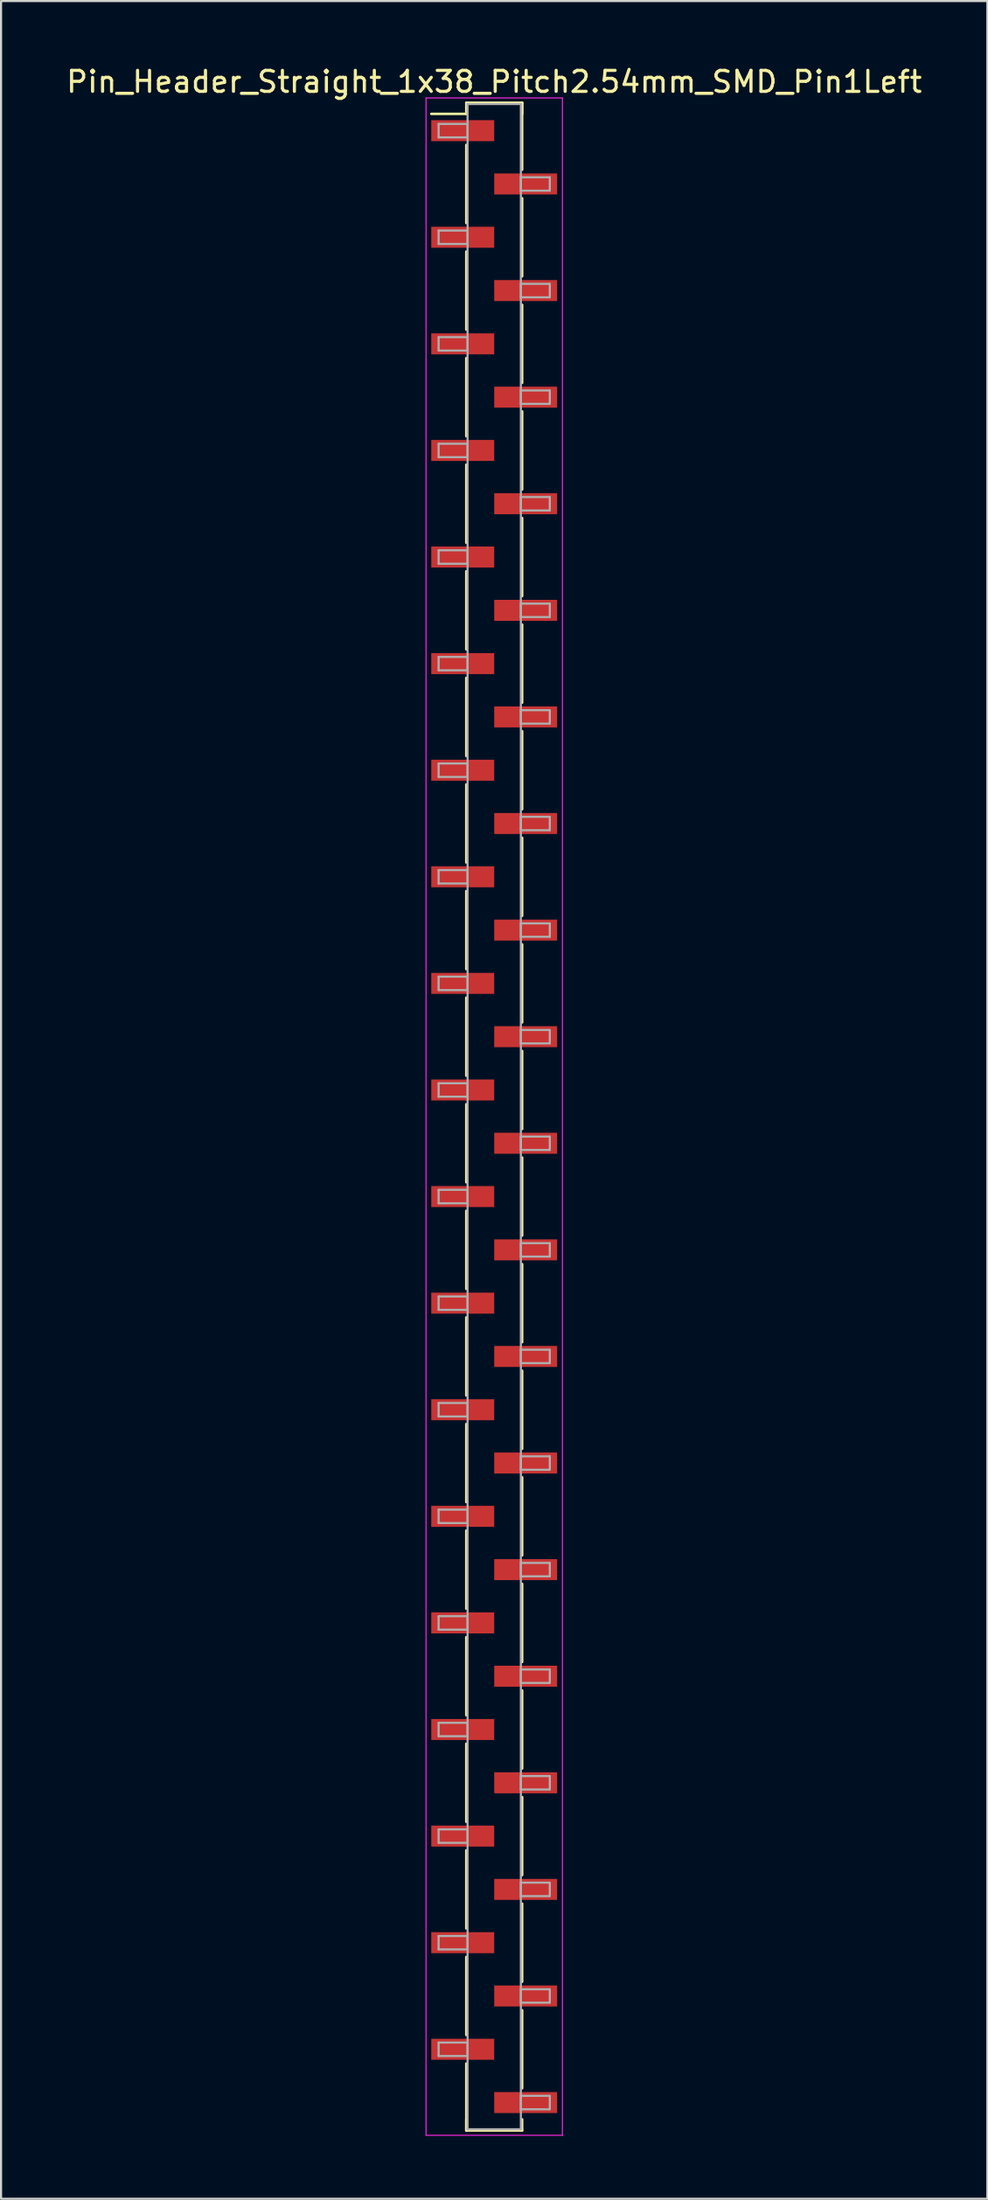
<source format=kicad_pcb>
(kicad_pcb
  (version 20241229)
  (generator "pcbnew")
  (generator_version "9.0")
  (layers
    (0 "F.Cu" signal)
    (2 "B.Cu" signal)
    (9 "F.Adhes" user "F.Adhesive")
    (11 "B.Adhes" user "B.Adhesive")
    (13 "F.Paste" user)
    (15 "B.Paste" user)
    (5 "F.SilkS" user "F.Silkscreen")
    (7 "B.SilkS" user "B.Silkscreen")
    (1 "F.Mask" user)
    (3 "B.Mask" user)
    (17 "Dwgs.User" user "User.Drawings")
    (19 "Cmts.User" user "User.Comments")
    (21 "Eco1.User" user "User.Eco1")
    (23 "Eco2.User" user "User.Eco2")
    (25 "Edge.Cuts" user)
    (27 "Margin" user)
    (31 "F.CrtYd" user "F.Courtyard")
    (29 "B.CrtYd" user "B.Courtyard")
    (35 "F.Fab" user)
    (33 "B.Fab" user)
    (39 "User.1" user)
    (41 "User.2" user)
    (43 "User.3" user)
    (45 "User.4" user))
  (footprint "Pin_Header_Straight_1x38_Pitch2.54mm_SMD_Pin1Left"
    (layer "F.Cu")
    (at 20.506 50.168)
    (property "Reference" "Pin_Header_Straight_1x38_Pitch2.54mm_SMD_Pin1Left" (at 0 -49.32 0) (layer "F.SilkS") (effects (font (size 1 1) (thickness 0.15))))
    (attr smd)
    (fp_line (start -1.33 -48.32) (end 1.33 -48.32) (stroke (width 0.12) (type solid)) (layer "F.SilkS"))
    (fp_line (start -1.33 -47.79) (end -3 -47.79) (stroke (width 0.12) (type solid)) (layer "F.SilkS"))
    (fp_line (start -1.33 -47.79) (end -1.33 -48.32) (stroke (width 0.12) (type solid)) (layer "F.SilkS"))
    (fp_line (start -1.33 -46.31) (end -1.33 -42.59) (stroke (width 0.12) (type solid)) (layer "F.SilkS"))
    (fp_line (start -1.33 -41.23) (end -1.33 -37.51) (stroke (width 0.12) (type solid)) (layer "F.SilkS"))
    (fp_line (start -1.33 -36.15) (end -1.33 -32.43) (stroke (width 0.12) (type solid)) (layer "F.SilkS"))
    (fp_line (start -1.33 -31.07) (end -1.33 -27.35) (stroke (width 0.12) (type solid)) (layer "F.SilkS"))
    (fp_line (start -1.33 -25.99) (end -1.33 -22.27) (stroke (width 0.12) (type solid)) (layer "F.SilkS"))
    (fp_line (start -1.33 -20.91) (end -1.33 -17.19) (stroke (width 0.12) (type solid)) (layer "F.SilkS"))
    (fp_line (start -1.33 -15.83) (end -1.33 -12.11) (stroke (width 0.12) (type solid)) (layer "F.SilkS"))
    (fp_line (start -1.33 -10.75) (end -1.33 -7.03) (stroke (width 0.12) (type solid)) (layer "F.SilkS"))
    (fp_line (start -1.33 -5.67) (end -1.33 -1.95) (stroke (width 0.12) (type solid)) (layer "F.SilkS"))
    (fp_line (start -1.33 -0.59) (end -1.33 3.13) (stroke (width 0.12) (type solid)) (layer "F.SilkS"))
    (fp_line (start -1.33 4.49) (end -1.33 8.21) (stroke (width 0.12) (type solid)) (layer "F.SilkS"))
    (fp_line (start -1.33 9.57) (end -1.33 13.29) (stroke (width 0.12) (type solid)) (layer "F.SilkS"))
    (fp_line (start -1.33 14.65) (end -1.33 18.37) (stroke (width 0.12) (type solid)) (layer "F.SilkS"))
    (fp_line (start -1.33 19.73) (end -1.33 23.45) (stroke (width 0.12) (type solid)) (layer "F.SilkS"))
    (fp_line (start -1.33 24.81) (end -1.33 28.53) (stroke (width 0.12) (type solid)) (layer "F.SilkS"))
    (fp_line (start -1.33 29.89) (end -1.33 33.61) (stroke (width 0.12) (type solid)) (layer "F.SilkS"))
    (fp_line (start -1.33 34.97) (end -1.33 38.69) (stroke (width 0.12) (type solid)) (layer "F.SilkS"))
    (fp_line (start -1.33 40.05) (end -1.33 43.77) (stroke (width 0.12) (type solid)) (layer "F.SilkS"))
    (fp_line (start -1.33 45.13) (end -1.33 48.32) (stroke (width 0.12) (type solid)) (layer "F.SilkS"))
    (fp_line (start -1.33 47.79) (end -1.33 48.32) (stroke (width 0.12) (type solid)) (layer "F.SilkS"))
    (fp_line (start -1.33 48.32) (end 1.33 48.32) (stroke (width 0.12) (type solid)) (layer "F.SilkS"))
    (fp_line (start 1.33 -48.32) (end 1.33 -47.79) (stroke (width 0.12) (type solid)) (layer "F.SilkS"))
    (fp_line (start 1.33 -48.32) (end 1.33 -45.13) (stroke (width 0.12) (type solid)) (layer "F.SilkS"))
    (fp_line (start 1.33 -43.77) (end 1.33 -40.05) (stroke (width 0.12) (type solid)) (layer "F.SilkS"))
    (fp_line (start 1.33 -38.69) (end 1.33 -34.97) (stroke (width 0.12) (type solid)) (layer "F.SilkS"))
    (fp_line (start 1.33 -33.61) (end 1.33 -29.89) (stroke (width 0.12) (type solid)) (layer "F.SilkS"))
    (fp_line (start 1.33 -28.53) (end 1.33 -24.81) (stroke (width 0.12) (type solid)) (layer "F.SilkS"))
    (fp_line (start 1.33 -23.45) (end 1.33 -19.73) (stroke (width 0.12) (type solid)) (layer "F.SilkS"))
    (fp_line (start 1.33 -18.37) (end 1.33 -14.65) (stroke (width 0.12) (type solid)) (layer "F.SilkS"))
    (fp_line (start 1.33 -13.29) (end 1.33 -9.57) (stroke (width 0.12) (type solid)) (layer "F.SilkS"))
    (fp_line (start 1.33 -8.21) (end 1.33 -4.49) (stroke (width 0.12) (type solid)) (layer "F.SilkS"))
    (fp_line (start 1.33 -3.13) (end 1.33 0.59) (stroke (width 0.12) (type solid)) (layer "F.SilkS"))
    (fp_line (start 1.33 1.95) (end 1.33 5.67) (stroke (width 0.12) (type solid)) (layer "F.SilkS"))
    (fp_line (start 1.33 7.03) (end 1.33 10.75) (stroke (width 0.12) (type solid)) (layer "F.SilkS"))
    (fp_line (start 1.33 12.11) (end 1.33 15.83) (stroke (width 0.12) (type solid)) (layer "F.SilkS"))
    (fp_line (start 1.33 17.19) (end 1.33 20.91) (stroke (width 0.12) (type solid)) (layer "F.SilkS"))
    (fp_line (start 1.33 22.27) (end 1.33 25.99) (stroke (width 0.12) (type solid)) (layer "F.SilkS"))
    (fp_line (start 1.33 27.35) (end 1.33 31.07) (stroke (width 0.12) (type solid)) (layer "F.SilkS"))
    (fp_line (start 1.33 32.43) (end 1.33 36.15) (stroke (width 0.12) (type solid)) (layer "F.SilkS"))
    (fp_line (start 1.33 37.51) (end 1.33 41.23) (stroke (width 0.12) (type solid)) (layer "F.SilkS"))
    (fp_line (start 1.33 42.59) (end 1.33 46.31) (stroke (width 0.12) (type solid)) (layer "F.SilkS"))
    (fp_line (start 1.33 48.32) (end 1.33 47.79) (stroke (width 0.12) (type solid)) (layer "F.SilkS"))
    (fp_line (start -3.25 -48.55) (end -3.25 48.55) (stroke (width 0.05) (type solid)) (layer "F.CrtYd"))
    (fp_line (start -3.25 48.55) (end 3.25 48.55) (stroke (width 0.05) (type solid)) (layer "F.CrtYd"))
    (fp_line (start 3.25 -48.55) (end -3.25 -48.55) (stroke (width 0.05) (type solid)) (layer "F.CrtYd"))
    (fp_line (start 3.25 48.55) (end 3.25 -48.55) (stroke (width 0.05) (type solid)) (layer "F.CrtYd"))
    (fp_line (start -2.65 -47.31) (end -1.27 -47.31) (stroke (width 0.1) (type solid)) (layer "F.Fab"))
    (fp_line (start -2.65 -46.67) (end -2.65 -47.31) (stroke (width 0.1) (type solid)) (layer "F.Fab"))
    (fp_line (start -2.65 -42.23) (end -1.27 -42.23) (stroke (width 0.1) (type solid)) (layer "F.Fab"))
    (fp_line (start -2.65 -41.59) (end -2.65 -42.23) (stroke (width 0.1) (type solid)) (layer "F.Fab"))
    (fp_line (start -2.65 -37.15) (end -1.27 -37.15) (stroke (width 0.1) (type solid)) (layer "F.Fab"))
    (fp_line (start -2.65 -36.51) (end -2.65 -37.15) (stroke (width 0.1) (type solid)) (layer "F.Fab"))
    (fp_line (start -2.65 -32.07) (end -1.27 -32.07) (stroke (width 0.1) (type solid)) (layer "F.Fab"))
    (fp_line (start -2.65 -31.43) (end -2.65 -32.07) (stroke (width 0.1) (type solid)) (layer "F.Fab"))
    (fp_line (start -2.65 -26.99) (end -1.27 -26.99) (stroke (width 0.1) (type solid)) (layer "F.Fab"))
    (fp_line (start -2.65 -26.35) (end -2.65 -26.99) (stroke (width 0.1) (type solid)) (layer "F.Fab"))
    (fp_line (start -2.65 -21.91) (end -1.27 -21.91) (stroke (width 0.1) (type solid)) (layer "F.Fab"))
    (fp_line (start -2.65 -21.27) (end -2.65 -21.91) (stroke (width 0.1) (type solid)) (layer "F.Fab"))
    (fp_line (start -2.65 -16.83) (end -1.27 -16.83) (stroke (width 0.1) (type solid)) (layer "F.Fab"))
    (fp_line (start -2.65 -16.19) (end -2.65 -16.83) (stroke (width 0.1) (type solid)) (layer "F.Fab"))
    (fp_line (start -2.65 -11.75) (end -1.27 -11.75) (stroke (width 0.1) (type solid)) (layer "F.Fab"))
    (fp_line (start -2.65 -11.11) (end -2.65 -11.75) (stroke (width 0.1) (type solid)) (layer "F.Fab"))
    (fp_line (start -2.65 -6.67) (end -1.27 -6.67) (stroke (width 0.1) (type solid)) (layer "F.Fab"))
    (fp_line (start -2.65 -6.03) (end -2.65 -6.67) (stroke (width 0.1) (type solid)) (layer "F.Fab"))
    (fp_line (start -2.65 -1.59) (end -1.27 -1.59) (stroke (width 0.1) (type solid)) (layer "F.Fab"))
    (fp_line (start -2.65 -0.95) (end -2.65 -1.59) (stroke (width 0.1) (type solid)) (layer "F.Fab"))
    (fp_line (start -2.65 3.49) (end -1.27 3.49) (stroke (width 0.1) (type solid)) (layer "F.Fab"))
    (fp_line (start -2.65 4.13) (end -2.65 3.49) (stroke (width 0.1) (type solid)) (layer "F.Fab"))
    (fp_line (start -2.65 8.57) (end -1.27 8.57) (stroke (width 0.1) (type solid)) (layer "F.Fab"))
    (fp_line (start -2.65 9.21) (end -2.65 8.57) (stroke (width 0.1) (type solid)) (layer "F.Fab"))
    (fp_line (start -2.65 13.65) (end -1.27 13.65) (stroke (width 0.1) (type solid)) (layer "F.Fab"))
    (fp_line (start -2.65 14.29) (end -2.65 13.65) (stroke (width 0.1) (type solid)) (layer "F.Fab"))
    (fp_line (start -2.65 18.73) (end -1.27 18.73) (stroke (width 0.1) (type solid)) (layer "F.Fab"))
    (fp_line (start -2.65 19.37) (end -2.65 18.73) (stroke (width 0.1) (type solid)) (layer "F.Fab"))
    (fp_line (start -2.65 23.81) (end -1.27 23.81) (stroke (width 0.1) (type solid)) (layer "F.Fab"))
    (fp_line (start -2.65 24.45) (end -2.65 23.81) (stroke (width 0.1) (type solid)) (layer "F.Fab"))
    (fp_line (start -2.65 28.89) (end -1.27 28.89) (stroke (width 0.1) (type solid)) (layer "F.Fab"))
    (fp_line (start -2.65 29.53) (end -2.65 28.89) (stroke (width 0.1) (type solid)) (layer "F.Fab"))
    (fp_line (start -2.65 33.97) (end -1.27 33.97) (stroke (width 0.1) (type solid)) (layer "F.Fab"))
    (fp_line (start -2.65 34.61) (end -2.65 33.97) (stroke (width 0.1) (type solid)) (layer "F.Fab"))
    (fp_line (start -2.65 39.05) (end -1.27 39.05) (stroke (width 0.1) (type solid)) (layer "F.Fab"))
    (fp_line (start -2.65 39.69) (end -2.65 39.05) (stroke (width 0.1) (type solid)) (layer "F.Fab"))
    (fp_line (start -2.65 44.13) (end -1.27 44.13) (stroke (width 0.1) (type solid)) (layer "F.Fab"))
    (fp_line (start -2.65 44.77) (end -2.65 44.13) (stroke (width 0.1) (type solid)) (layer "F.Fab"))
    (fp_line (start -1.27 -48.26) (end -1.27 48.26) (stroke (width 0.1) (type solid)) (layer "F.Fab"))
    (fp_line (start -1.27 -47.31) (end -1.27 -46.67) (stroke (width 0.1) (type solid)) (layer "F.Fab"))
    (fp_line (start -1.27 -46.67) (end -2.65 -46.67) (stroke (width 0.1) (type solid)) (layer "F.Fab"))
    (fp_line (start -1.27 -42.23) (end -1.27 -41.59) (stroke (width 0.1) (type solid)) (layer "F.Fab"))
    (fp_line (start -1.27 -41.59) (end -2.65 -41.59) (stroke (width 0.1) (type solid)) (layer "F.Fab"))
    (fp_line (start -1.27 -37.15) (end -1.27 -36.51) (stroke (width 0.1) (type solid)) (layer "F.Fab"))
    (fp_line (start -1.27 -36.51) (end -2.65 -36.51) (stroke (width 0.1) (type solid)) (layer "F.Fab"))
    (fp_line (start -1.27 -32.07) (end -1.27 -31.43) (stroke (width 0.1) (type solid)) (layer "F.Fab"))
    (fp_line (start -1.27 -31.43) (end -2.65 -31.43) (stroke (width 0.1) (type solid)) (layer "F.Fab"))
    (fp_line (start -1.27 -26.99) (end -1.27 -26.35) (stroke (width 0.1) (type solid)) (layer "F.Fab"))
    (fp_line (start -1.27 -26.35) (end -2.65 -26.35) (stroke (width 0.1) (type solid)) (layer "F.Fab"))
    (fp_line (start -1.27 -21.91) (end -1.27 -21.27) (stroke (width 0.1) (type solid)) (layer "F.Fab"))
    (fp_line (start -1.27 -21.27) (end -2.65 -21.27) (stroke (width 0.1) (type solid)) (layer "F.Fab"))
    (fp_line (start -1.27 -16.83) (end -1.27 -16.19) (stroke (width 0.1) (type solid)) (layer "F.Fab"))
    (fp_line (start -1.27 -16.19) (end -2.65 -16.19) (stroke (width 0.1) (type solid)) (layer "F.Fab"))
    (fp_line (start -1.27 -11.75) (end -1.27 -11.11) (stroke (width 0.1) (type solid)) (layer "F.Fab"))
    (fp_line (start -1.27 -11.11) (end -2.65 -11.11) (stroke (width 0.1) (type solid)) (layer "F.Fab"))
    (fp_line (start -1.27 -6.67) (end -1.27 -6.03) (stroke (width 0.1) (type solid)) (layer "F.Fab"))
    (fp_line (start -1.27 -6.03) (end -2.65 -6.03) (stroke (width 0.1) (type solid)) (layer "F.Fab"))
    (fp_line (start -1.27 -1.59) (end -1.27 -0.95) (stroke (width 0.1) (type solid)) (layer "F.Fab"))
    (fp_line (start -1.27 -0.95) (end -2.65 -0.95) (stroke (width 0.1) (type solid)) (layer "F.Fab"))
    (fp_line (start -1.27 3.49) (end -1.27 4.13) (stroke (width 0.1) (type solid)) (layer "F.Fab"))
    (fp_line (start -1.27 4.13) (end -2.65 4.13) (stroke (width 0.1) (type solid)) (layer "F.Fab"))
    (fp_line (start -1.27 8.57) (end -1.27 9.21) (stroke (width 0.1) (type solid)) (layer "F.Fab"))
    (fp_line (start -1.27 9.21) (end -2.65 9.21) (stroke (width 0.1) (type solid)) (layer "F.Fab"))
    (fp_line (start -1.27 13.65) (end -1.27 14.29) (stroke (width 0.1) (type solid)) (layer "F.Fab"))
    (fp_line (start -1.27 14.29) (end -2.65 14.29) (stroke (width 0.1) (type solid)) (layer "F.Fab"))
    (fp_line (start -1.27 18.73) (end -1.27 19.37) (stroke (width 0.1) (type solid)) (layer "F.Fab"))
    (fp_line (start -1.27 19.37) (end -2.65 19.37) (stroke (width 0.1) (type solid)) (layer "F.Fab"))
    (fp_line (start -1.27 23.81) (end -1.27 24.45) (stroke (width 0.1) (type solid)) (layer "F.Fab"))
    (fp_line (start -1.27 24.45) (end -2.65 24.45) (stroke (width 0.1) (type solid)) (layer "F.Fab"))
    (fp_line (start -1.27 28.89) (end -1.27 29.53) (stroke (width 0.1) (type solid)) (layer "F.Fab"))
    (fp_line (start -1.27 29.53) (end -2.65 29.53) (stroke (width 0.1) (type solid)) (layer "F.Fab"))
    (fp_line (start -1.27 33.97) (end -1.27 34.61) (stroke (width 0.1) (type solid)) (layer "F.Fab"))
    (fp_line (start -1.27 34.61) (end -2.65 34.61) (stroke (width 0.1) (type solid)) (layer "F.Fab"))
    (fp_line (start -1.27 39.05) (end -1.27 39.69) (stroke (width 0.1) (type solid)) (layer "F.Fab"))
    (fp_line (start -1.27 39.69) (end -2.65 39.69) (stroke (width 0.1) (type solid)) (layer "F.Fab"))
    (fp_line (start -1.27 44.13) (end -1.27 44.77) (stroke (width 0.1) (type solid)) (layer "F.Fab"))
    (fp_line (start -1.27 44.77) (end -2.65 44.77) (stroke (width 0.1) (type solid)) (layer "F.Fab"))
    (fp_line (start -1.27 48.26) (end 1.27 48.26) (stroke (width 0.1) (type solid)) (layer "F.Fab"))
    (fp_line (start 1.27 -48.26) (end -1.27 -48.26) (stroke (width 0.1) (type solid)) (layer "F.Fab"))
    (fp_line (start 1.27 -44.77) (end 1.27 -44.13) (stroke (width 0.1) (type solid)) (layer "F.Fab"))
    (fp_line (start 1.27 -44.13) (end 2.65 -44.13) (stroke (width 0.1) (type solid)) (layer "F.Fab"))
    (fp_line (start 1.27 -39.69) (end 1.27 -39.05) (stroke (width 0.1) (type solid)) (layer "F.Fab"))
    (fp_line (start 1.27 -39.05) (end 2.65 -39.05) (stroke (width 0.1) (type solid)) (layer "F.Fab"))
    (fp_line (start 1.27 -34.61) (end 1.27 -33.97) (stroke (width 0.1) (type solid)) (layer "F.Fab"))
    (fp_line (start 1.27 -33.97) (end 2.65 -33.97) (stroke (width 0.1) (type solid)) (layer "F.Fab"))
    (fp_line (start 1.27 -29.53) (end 1.27 -28.89) (stroke (width 0.1) (type solid)) (layer "F.Fab"))
    (fp_line (start 1.27 -28.89) (end 2.65 -28.89) (stroke (width 0.1) (type solid)) (layer "F.Fab"))
    (fp_line (start 1.27 -24.45) (end 1.27 -23.81) (stroke (width 0.1) (type solid)) (layer "F.Fab"))
    (fp_line (start 1.27 -23.81) (end 2.65 -23.81) (stroke (width 0.1) (type solid)) (layer "F.Fab"))
    (fp_line (start 1.27 -19.37) (end 1.27 -18.73) (stroke (width 0.1) (type solid)) (layer "F.Fab"))
    (fp_line (start 1.27 -18.73) (end 2.65 -18.73) (stroke (width 0.1) (type solid)) (layer "F.Fab"))
    (fp_line (start 1.27 -14.29) (end 1.27 -13.65) (stroke (width 0.1) (type solid)) (layer "F.Fab"))
    (fp_line (start 1.27 -13.65) (end 2.65 -13.65) (stroke (width 0.1) (type solid)) (layer "F.Fab"))
    (fp_line (start 1.27 -9.21) (end 1.27 -8.57) (stroke (width 0.1) (type solid)) (layer "F.Fab"))
    (fp_line (start 1.27 -8.57) (end 2.65 -8.57) (stroke (width 0.1) (type solid)) (layer "F.Fab"))
    (fp_line (start 1.27 -4.13) (end 1.27 -3.49) (stroke (width 0.1) (type solid)) (layer "F.Fab"))
    (fp_line (start 1.27 -3.49) (end 2.65 -3.49) (stroke (width 0.1) (type solid)) (layer "F.Fab"))
    (fp_line (start 1.27 0.95) (end 1.27 1.59) (stroke (width 0.1) (type solid)) (layer "F.Fab"))
    (fp_line (start 1.27 1.59) (end 2.65 1.59) (stroke (width 0.1) (type solid)) (layer "F.Fab"))
    (fp_line (start 1.27 6.03) (end 1.27 6.67) (stroke (width 0.1) (type solid)) (layer "F.Fab"))
    (fp_line (start 1.27 6.67) (end 2.65 6.67) (stroke (width 0.1) (type solid)) (layer "F.Fab"))
    (fp_line (start 1.27 11.11) (end 1.27 11.75) (stroke (width 0.1) (type solid)) (layer "F.Fab"))
    (fp_line (start 1.27 11.75) (end 2.65 11.75) (stroke (width 0.1) (type solid)) (layer "F.Fab"))
    (fp_line (start 1.27 16.19) (end 1.27 16.83) (stroke (width 0.1) (type solid)) (layer "F.Fab"))
    (fp_line (start 1.27 16.83) (end 2.65 16.83) (stroke (width 0.1) (type solid)) (layer "F.Fab"))
    (fp_line (start 1.27 21.27) (end 1.27 21.91) (stroke (width 0.1) (type solid)) (layer "F.Fab"))
    (fp_line (start 1.27 21.91) (end 2.65 21.91) (stroke (width 0.1) (type solid)) (layer "F.Fab"))
    (fp_line (start 1.27 26.35) (end 1.27 26.99) (stroke (width 0.1) (type solid)) (layer "F.Fab"))
    (fp_line (start 1.27 26.99) (end 2.65 26.99) (stroke (width 0.1) (type solid)) (layer "F.Fab"))
    (fp_line (start 1.27 31.43) (end 1.27 32.07) (stroke (width 0.1) (type solid)) (layer "F.Fab"))
    (fp_line (start 1.27 32.07) (end 2.65 32.07) (stroke (width 0.1) (type solid)) (layer "F.Fab"))
    (fp_line (start 1.27 36.51) (end 1.27 37.15) (stroke (width 0.1) (type solid)) (layer "F.Fab"))
    (fp_line (start 1.27 37.15) (end 2.65 37.15) (stroke (width 0.1) (type solid)) (layer "F.Fab"))
    (fp_line (start 1.27 41.59) (end 1.27 42.23) (stroke (width 0.1) (type solid)) (layer "F.Fab"))
    (fp_line (start 1.27 42.23) (end 2.65 42.23) (stroke (width 0.1) (type solid)) (layer "F.Fab"))
    (fp_line (start 1.27 46.67) (end 1.27 47.31) (stroke (width 0.1) (type solid)) (layer "F.Fab"))
    (fp_line (start 1.27 47.31) (end 2.65 47.31) (stroke (width 0.1) (type solid)) (layer "F.Fab"))
    (fp_line (start 1.27 48.26) (end 1.27 -48.26) (stroke (width 0.1) (type solid)) (layer "F.Fab"))
    (fp_line (start 2.65 -44.77) (end 1.27 -44.77) (stroke (width 0.1) (type solid)) (layer "F.Fab"))
    (fp_line (start 2.65 -44.13) (end 2.65 -44.77) (stroke (width 0.1) (type solid)) (layer "F.Fab"))
    (fp_line (start 2.65 -39.69) (end 1.27 -39.69) (stroke (width 0.1) (type solid)) (layer "F.Fab"))
    (fp_line (start 2.65 -39.05) (end 2.65 -39.69) (stroke (width 0.1) (type solid)) (layer "F.Fab"))
    (fp_line (start 2.65 -34.61) (end 1.27 -34.61) (stroke (width 0.1) (type solid)) (layer "F.Fab"))
    (fp_line (start 2.65 -33.97) (end 2.65 -34.61) (stroke (width 0.1) (type solid)) (layer "F.Fab"))
    (fp_line (start 2.65 -29.53) (end 1.27 -29.53) (stroke (width 0.1) (type solid)) (layer "F.Fab"))
    (fp_line (start 2.65 -28.89) (end 2.65 -29.53) (stroke (width 0.1) (type solid)) (layer "F.Fab"))
    (fp_line (start 2.65 -24.45) (end 1.27 -24.45) (stroke (width 0.1) (type solid)) (layer "F.Fab"))
    (fp_line (start 2.65 -23.81) (end 2.65 -24.45) (stroke (width 0.1) (type solid)) (layer "F.Fab"))
    (fp_line (start 2.65 -19.37) (end 1.27 -19.37) (stroke (width 0.1) (type solid)) (layer "F.Fab"))
    (fp_line (start 2.65 -18.73) (end 2.65 -19.37) (stroke (width 0.1) (type solid)) (layer "F.Fab"))
    (fp_line (start 2.65 -14.29) (end 1.27 -14.29) (stroke (width 0.1) (type solid)) (layer "F.Fab"))
    (fp_line (start 2.65 -13.65) (end 2.65 -14.29) (stroke (width 0.1) (type solid)) (layer "F.Fab"))
    (fp_line (start 2.65 -9.21) (end 1.27 -9.21) (stroke (width 0.1) (type solid)) (layer "F.Fab"))
    (fp_line (start 2.65 -8.57) (end 2.65 -9.21) (stroke (width 0.1) (type solid)) (layer "F.Fab"))
    (fp_line (start 2.65 -4.13) (end 1.27 -4.13) (stroke (width 0.1) (type solid)) (layer "F.Fab"))
    (fp_line (start 2.65 -3.49) (end 2.65 -4.13) (stroke (width 0.1) (type solid)) (layer "F.Fab"))
    (fp_line (start 2.65 0.95) (end 1.27 0.95) (stroke (width 0.1) (type solid)) (layer "F.Fab"))
    (fp_line (start 2.65 1.59) (end 2.65 0.95) (stroke (width 0.1) (type solid)) (layer "F.Fab"))
    (fp_line (start 2.65 6.03) (end 1.27 6.03) (stroke (width 0.1) (type solid)) (layer "F.Fab"))
    (fp_line (start 2.65 6.67) (end 2.65 6.03) (stroke (width 0.1) (type solid)) (layer "F.Fab"))
    (fp_line (start 2.65 11.11) (end 1.27 11.11) (stroke (width 0.1) (type solid)) (layer "F.Fab"))
    (fp_line (start 2.65 11.75) (end 2.65 11.11) (stroke (width 0.1) (type solid)) (layer "F.Fab"))
    (fp_line (start 2.65 16.19) (end 1.27 16.19) (stroke (width 0.1) (type solid)) (layer "F.Fab"))
    (fp_line (start 2.65 16.83) (end 2.65 16.19) (stroke (width 0.1) (type solid)) (layer "F.Fab"))
    (fp_line (start 2.65 21.27) (end 1.27 21.27) (stroke (width 0.1) (type solid)) (layer "F.Fab"))
    (fp_line (start 2.65 21.91) (end 2.65 21.27) (stroke (width 0.1) (type solid)) (layer "F.Fab"))
    (fp_line (start 2.65 26.35) (end 1.27 26.35) (stroke (width 0.1) (type solid)) (layer "F.Fab"))
    (fp_line (start 2.65 26.99) (end 2.65 26.35) (stroke (width 0.1) (type solid)) (layer "F.Fab"))
    (fp_line (start 2.65 31.43) (end 1.27 31.43) (stroke (width 0.1) (type solid)) (layer "F.Fab"))
    (fp_line (start 2.65 32.07) (end 2.65 31.43) (stroke (width 0.1) (type solid)) (layer "F.Fab"))
    (fp_line (start 2.65 36.51) (end 1.27 36.51) (stroke (width 0.1) (type solid)) (layer "F.Fab"))
    (fp_line (start 2.65 37.15) (end 2.65 36.51) (stroke (width 0.1) (type solid)) (layer "F.Fab"))
    (fp_line (start 2.65 41.59) (end 1.27 41.59) (stroke (width 0.1) (type solid)) (layer "F.Fab"))
    (fp_line (start 2.65 42.23) (end 2.65 41.59) (stroke (width 0.1) (type solid)) (layer "F.Fab"))
    (fp_line (start 2.65 46.67) (end 1.27 46.67) (stroke (width 0.1) (type solid)) (layer "F.Fab"))
    (fp_line (start 2.65 47.31) (end 2.65 46.67) (stroke (width 0.1) (type solid)) (layer "F.Fab"))
    (pad "1" smd rect (at -1.5 -46.99) (size 3 1) (layers "F.Cu" "F.Mask"))
    (pad "2" smd rect (at 1.5 -44.45) (size 3 1) (layers "F.Cu" "F.Mask"))
    (pad "3" smd rect (at -1.5 -41.91) (size 3 1) (layers "F.Cu" "F.Mask"))
    (pad "4" smd rect (at 1.5 -39.37) (size 3 1) (layers "F.Cu" "F.Mask"))
    (pad "5" smd rect (at -1.5 -36.83) (size 3 1) (layers "F.Cu" "F.Mask"))
    (pad "6" smd rect (at 1.5 -34.29) (size 3 1) (layers "F.Cu" "F.Mask"))
    (pad "7" smd rect (at -1.5 -31.75) (size 3 1) (layers "F.Cu" "F.Mask"))
    (pad "8" smd rect (at 1.5 -29.21) (size 3 1) (layers "F.Cu" "F.Mask"))
    (pad "9" smd rect (at -1.5 -26.67) (size 3 1) (layers "F.Cu" "F.Mask"))
    (pad "10" smd rect (at 1.5 -24.13) (size 3 1) (layers "F.Cu" "F.Mask"))
    (pad "11" smd rect (at -1.5 -21.59) (size 3 1) (layers "F.Cu" "F.Mask"))
    (pad "12" smd rect (at 1.5 -19.05) (size 3 1) (layers "F.Cu" "F.Mask"))
    (pad "13" smd rect (at -1.5 -16.51) (size 3 1) (layers "F.Cu" "F.Mask"))
    (pad "14" smd rect (at 1.5 -13.97) (size 3 1) (layers "F.Cu" "F.Mask"))
    (pad "15" smd rect (at -1.5 -11.43) (size 3 1) (layers "F.Cu" "F.Mask"))
    (pad "16" smd rect (at 1.5 -8.89) (size 3 1) (layers "F.Cu" "F.Mask"))
    (pad "17" smd rect (at -1.5 -6.35) (size 3 1) (layers "F.Cu" "F.Mask"))
    (pad "18" smd rect (at 1.5 -3.81) (size 3 1) (layers "F.Cu" "F.Mask"))
    (pad "19" smd rect (at -1.5 -1.27) (size 3 1) (layers "F.Cu" "F.Mask"))
    (pad "20" smd rect (at 1.5 1.27) (size 3 1) (layers "F.Cu" "F.Mask"))
    (pad "21" smd rect (at -1.5 3.81) (size 3 1) (layers "F.Cu" "F.Mask"))
    (pad "22" smd rect (at 1.5 6.35) (size 3 1) (layers "F.Cu" "F.Mask"))
    (pad "23" smd rect (at -1.5 8.89) (size 3 1) (layers "F.Cu" "F.Mask"))
    (pad "24" smd rect (at 1.5 11.43) (size 3 1) (layers "F.Cu" "F.Mask"))
    (pad "25" smd rect (at -1.5 13.97) (size 3 1) (layers "F.Cu" "F.Mask"))
    (pad "26" smd rect (at 1.5 16.51) (size 3 1) (layers "F.Cu" "F.Mask"))
    (pad "27" smd rect (at -1.5 19.05) (size 3 1) (layers "F.Cu" "F.Mask"))
    (pad "28" smd rect (at 1.5 21.59) (size 3 1) (layers "F.Cu" "F.Mask"))
    (pad "29" smd rect (at -1.5 24.13) (size 3 1) (layers "F.Cu" "F.Mask"))
    (pad "30" smd rect (at 1.5 26.67) (size 3 1) (layers "F.Cu" "F.Mask"))
    (pad "31" smd rect (at -1.5 29.21) (size 3 1) (layers "F.Cu" "F.Mask"))
    (pad "32" smd rect (at 1.5 31.75) (size 3 1) (layers "F.Cu" "F.Mask"))
    (pad "33" smd rect (at -1.5 34.29) (size 3 1) (layers "F.Cu" "F.Mask"))
    (pad "34" smd rect (at 1.5 36.83) (size 3 1) (layers "F.Cu" "F.Mask"))
    (pad "35" smd rect (at -1.5 39.37) (size 3 1) (layers "F.Cu" "F.Mask"))
    (pad "36" smd rect (at 1.5 41.91) (size 3 1) (layers "F.Cu" "F.Mask"))
    (pad "37" smd rect (at -1.5 44.45) (size 3 1) (layers "F.Cu" "F.Mask"))
    (pad "38" smd rect (at 1.5 46.99) (size 3 1) (layers "F.Cu" "F.Mask")))
  (gr_rect
    (start -3 -3)
    (end 44.012 101.743)
    (stroke (width 0.1) (type default))
    (fill no)
    (layer "Edge.Cuts")))
</source>
